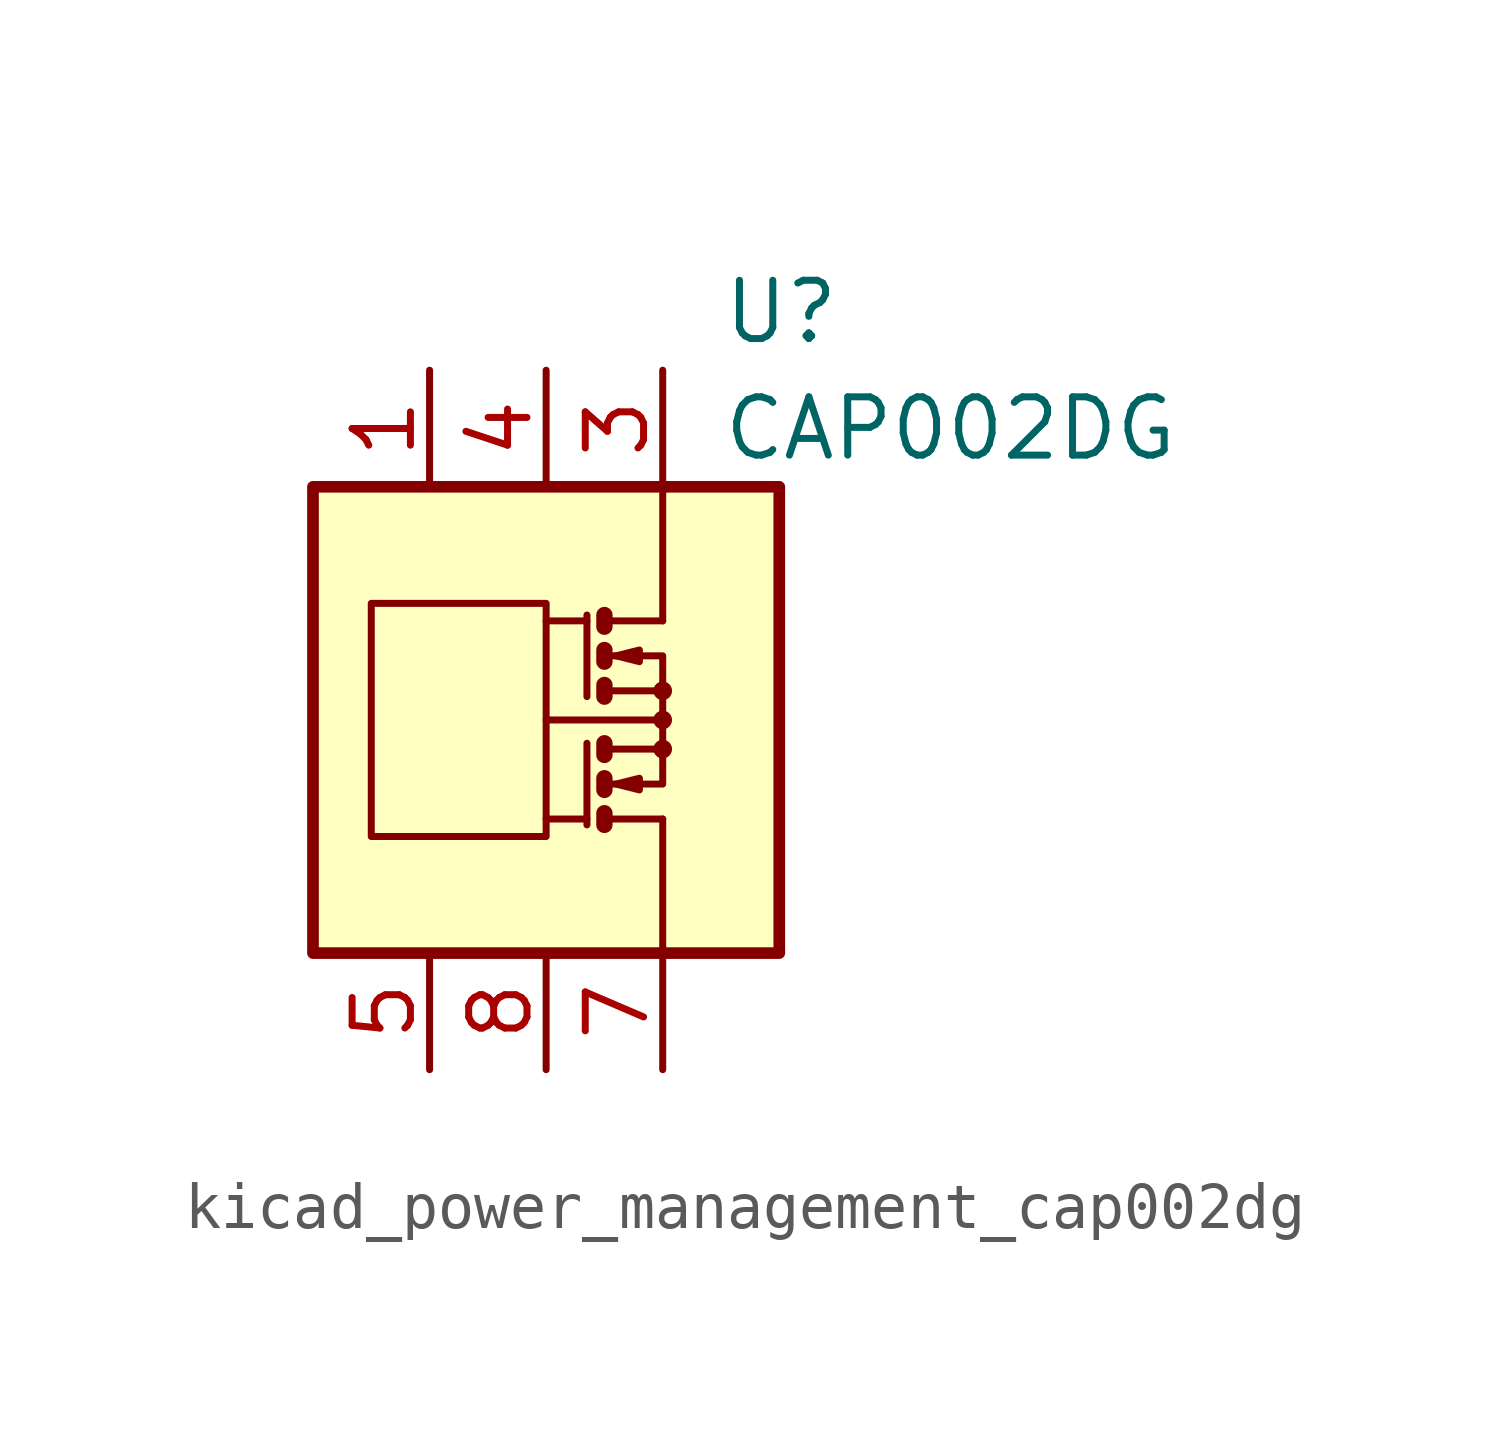
<source format=kicad_sym>
(kicad_symbol_lib
  (version 20220914)
  (generator kicad_symbol_editor)
  (symbol "kicad_power_management_cap002dg"
    (pin_names
      (offset 1.27))
    (property "Reference" "U"
      (at 3.81 8.89 0)
      (effects (font (size 1.27 1.27)) (justify left)))
    (property "Value" "CAP002DG"
      (at 3.81 6.35 0)
      (effects (font (size 1.27 1.27)) (justify left)))
    (symbol "kicad_power_management_cap002dg_0_1"
      (rectangle (start -5.08 5.08) (end 5.08 -5.08) (stroke (width 0.254) (type default)) (fill (type background)))
      (rectangle (start -3.81 2.54) (end 0 -2.54) (stroke (width 0) (type default)) (fill (type none)))
      (polyline (pts (xy 0.889 -2.159) (xy 0 -2.159)) (stroke (width 0) (type default)) (fill (type none)))
      (polyline (pts (xy 0.889 -0.508) (xy 0.889 -2.286)) (stroke (width 0) (type default)) (fill (type none)))
      (polyline (pts (xy 0.889 2.159) (xy 0 2.159)) (stroke (width 0) (type default)) (fill (type none)))
      (polyline (pts (xy 0.889 2.286) (xy 0.889 0.508)) (stroke (width 0) (type default)) (fill (type none)))
      (polyline (pts (xy 1.27 -2.159) (xy 2.54 -2.159)) (stroke (width 0) (type default)) (fill (type none)))
      (polyline (pts (xy 1.27 2.159) (xy 2.54 2.159)) (stroke (width 0) (type default)) (fill (type none)))
      (polyline (pts (xy 2.413 0) (xy 0 0)) (stroke (width 0) (type default)) (fill (type none)))
      (polyline (pts (xy 2.54 -2.159) (xy 2.54 -5.08)) (stroke (width 0) (type default)) (fill (type none)))
      (polyline (pts (xy 1.27 -2.032) (xy 1.27 -2.286) (xy 1.27 -2.286)) (stroke (width 0.356) (type default)) (fill (type none)))
      (polyline (pts (xy 1.27 -1.27) (xy 1.27 -1.524) (xy 1.27 -1.524)) (stroke (width 0.356) (type default)) (fill (type none)))
      (polyline (pts (xy 1.27 0.762) (xy 1.27 0.508) (xy 1.27 0.508)) (stroke (width 0.356) (type default)) (fill (type none)))
      (polyline (pts (xy 1.27 1.524) (xy 1.27 1.27) (xy 1.27 1.27)) (stroke (width 0.356) (type default)) (fill (type none)))
      (polyline (pts (xy 1.27 2.286) (xy 1.27 2.032) (xy 1.27 2.032)) (stroke (width 0.356) (type default)) (fill (type none)))
      (polyline (pts (xy 1.397 -1.397) (xy 2.54 -1.397) (xy 2.54 -0.635)) (stroke (width 0) (type default)) (fill (type none)))
      (polyline (pts (xy 1.397 1.397) (xy 2.54 1.397) (xy 2.54 0.635)) (stroke (width 0) (type default)) (fill (type none)))
      (polyline (pts (xy 2.54 2.159) (xy 2.54 5.08) (xy 2.54 3.175)) (stroke (width 0) (type default)) (fill (type none)))
      (polyline (pts (xy 1.397 -0.635) (xy 2.54 -0.635) (xy 2.54 0.635) (xy 1.397 0.635)) (stroke (width 0) (type default)) (fill (type none)))
      (polyline (pts (xy 1.524 -1.397) (xy 2.032 -1.27) (xy 2.032 -1.524) (xy 1.524 -1.397)) (stroke (width 0) (type default)) (fill (type none)))
      (polyline (pts (xy 1.524 1.397) (xy 2.032 1.524) (xy 2.032 1.27) (xy 1.524 1.397)) (stroke (width 0) (type default)) (fill (type none)))
      (circle (center 2.54 -0.635) (radius 0.127) (stroke (width 0) (type default)) (fill (type none)))
      (circle (center 2.54 0) (radius 0.127) (stroke (width 0) (type default)) (fill (type none)))
      (circle (center 2.54 0.635) (radius 0.127) (stroke (width 0) (type default)) (fill (type none))))
    (symbol "kicad_power_management_cap002dg_1_1"
      (polyline (pts (xy 1.27 -0.508) (xy 1.27 -0.762)) (stroke (width 0.356) (type default)) (fill (type none)))
      (pin passive line (at -2.54 7.62 270) (length 2.54) (name "~" (effects (font (size 1.27 1.27)))) (number "1" (effects (font (size 1.27 1.27)))))
      (pin passive line (at 2.54 7.62 270) (length 2.54) hide (name "~" (effects (font (size 1.27 1.27)))) (number "2" (effects (font (size 1.27 1.27)))))
      (pin passive line (at 2.54 7.62 270) (length 2.54) (name "~" (effects (font (size 1.27 1.27)))) (number "3" (effects (font (size 1.27 1.27)))))
      (pin passive line (at 0 7.62 270) (length 2.54) (name "~" (effects (font (size 1.27 1.27)))) (number "4" (effects (font (size 1.27 1.27)))))
      (pin passive line (at -2.54 -7.62 90) (length 2.54) (name "~" (effects (font (size 1.27 1.27)))) (number "5" (effects (font (size 1.27 1.27)))))
      (pin passive line (at 2.54 -7.62 90) (length 2.54) hide (name "~" (effects (font (size 1.27 1.27)))) (number "6" (effects (font (size 1.27 1.27)))))
      (pin passive line (at 2.54 -7.62 90) (length 2.54) (name "~" (effects (font (size 1.27 1.27)))) (number "7" (effects (font (size 1.27 1.27)))))
      (pin passive line (at 0 -7.62 90) (length 2.54) (name "~" (effects (font (size 1.27 1.27)))) (number "8" (effects (font (size 1.27 1.27))))))))
</source>
